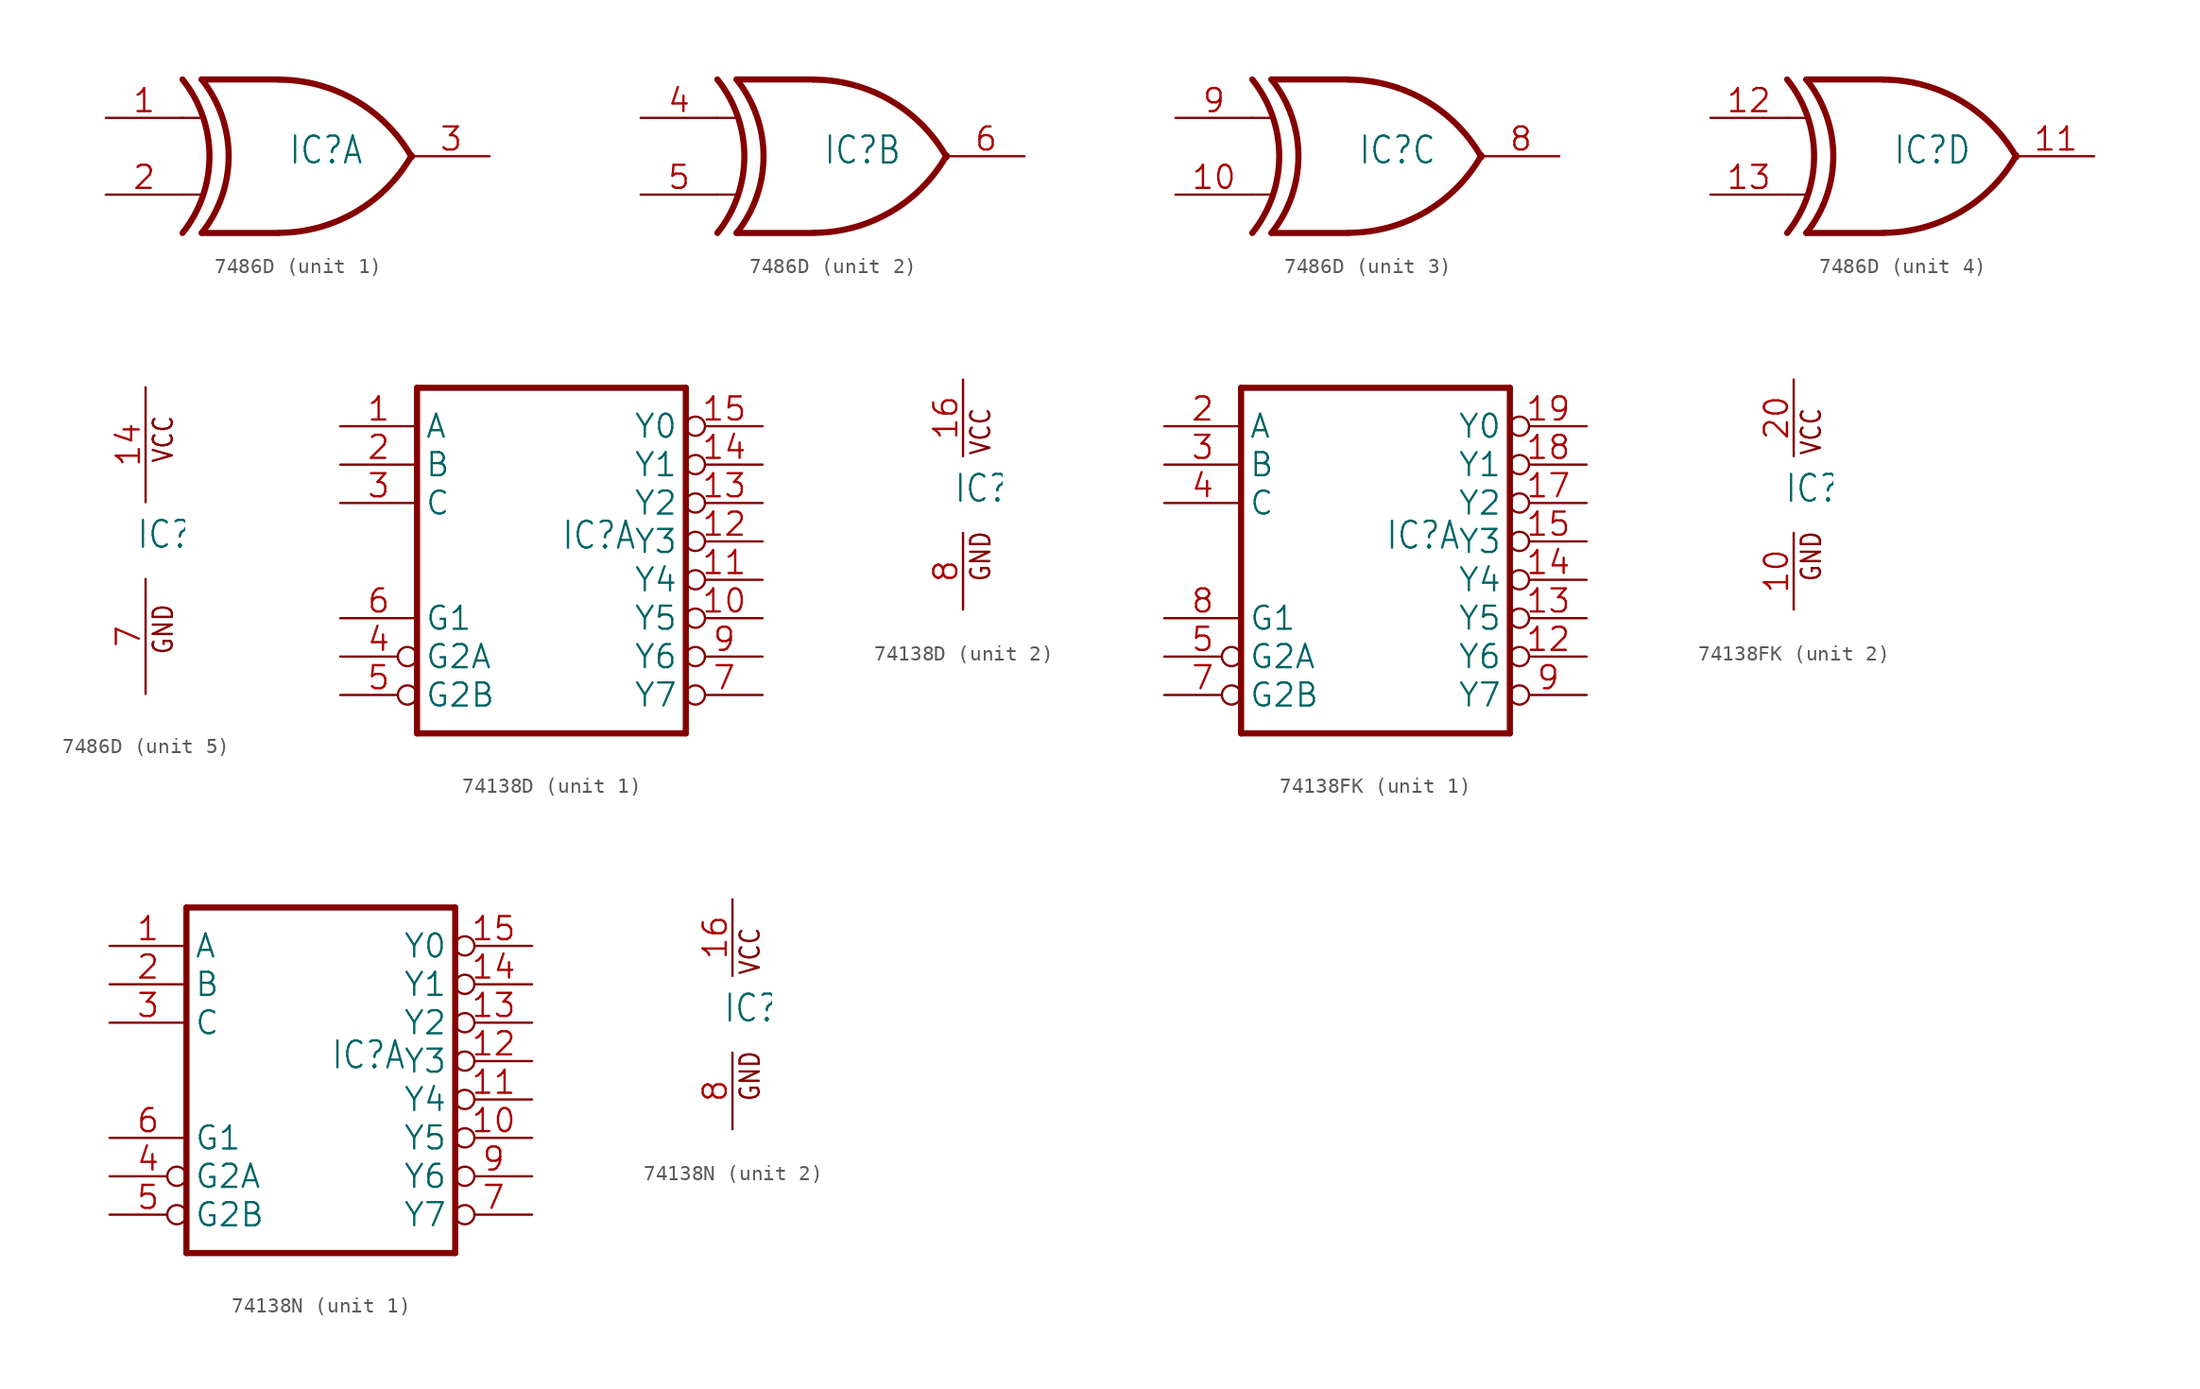
<source format=kicad_sym>
(kicad_symbol_lib
  (version 20241209)
  (generator "kicad_symbol_editor")
  (generator_version "9.0")
  (symbol "7486D"
    (property "Reference" "IC"
      (at -0.635 -0.635 0)
      (effects (font (size 1.778 1.511)) (justify left bottom)))
    (property "ki_locked" ""
      (at 0 0 0)
      (effects (font (size 1.27 1.27))))
    (symbol "7486D_1_0"
      (arc (start -7.62 5.08) (mid -5.838 0.0001) (end -7.6199 -5.0799) (stroke (width 0.4064) (type solid)) (fill (type none)))
      (arc (start -6.35 5.08) (mid -4.568 0.0001) (end -6.3499 -5.0799) (stroke (width 0.4064) (type solid)) (fill (type none)))
      (polyline (pts (xy -7.62 2.54) (xy -6.35 2.54)) (stroke (width 0.152) (type solid)) (fill (type none)))
      (polyline (pts (xy -7.62 -2.54) (xy -6.35 -2.54)) (stroke (width 0.152) (type solid)) (fill (type none)))
      (polyline (pts (xy -1.27 5.08) (xy -6.35 5.08)) (stroke (width 0.406) (type solid)) (fill (type none)))
      (polyline (pts (xy -1.27 -5.08) (xy -6.35 -5.08)) (stroke (width 0.406) (type solid)) (fill (type none)))
      (arc (start 7.5439 0.0506) (mid 3.8372 -3.6891) (end -1.2446 -5.0678) (stroke (width 0.4064) (type solid)) (fill (type none)))
      (arc (start -1.2446 5.0678) (mid 3.8372 3.6892) (end 7.5441 -0.0504) (stroke (width 0.4064) (type solid)) (fill (type none)))
      (pin input line (at -12.7 2.54 0) (length 5.08) (name "I0" (effects (font (size 0 0)))) (number "1" (effects (font (size 1.524 1.524)))))
      (pin input line (at -12.7 -2.54 0) (length 5.08) (name "I1" (effects (font (size 0 0)))) (number "2" (effects (font (size 1.524 1.524)))))
      (pin output line (at 12.7 0 180) (length 5.08) (name "O" (effects (font (size 0 0)))) (number "3" (effects (font (size 1.524 1.524))))))
    (symbol "7486D_2_0"
      (arc (start -7.62 5.08) (mid -5.838 0.0001) (end -7.6199 -5.0799) (stroke (width 0.4064) (type solid)) (fill (type none)))
      (arc (start -6.35 5.08) (mid -4.568 0.0001) (end -6.3499 -5.0799) (stroke (width 0.4064) (type solid)) (fill (type none)))
      (polyline (pts (xy -7.62 2.54) (xy -6.35 2.54)) (stroke (width 0.152) (type solid)) (fill (type none)))
      (polyline (pts (xy -7.62 -2.54) (xy -6.35 -2.54)) (stroke (width 0.152) (type solid)) (fill (type none)))
      (polyline (pts (xy -1.27 5.08) (xy -6.35 5.08)) (stroke (width 0.406) (type solid)) (fill (type none)))
      (polyline (pts (xy -1.27 -5.08) (xy -6.35 -5.08)) (stroke (width 0.406) (type solid)) (fill (type none)))
      (arc (start 7.5439 0.0506) (mid 3.8372 -3.6891) (end -1.2446 -5.0678) (stroke (width 0.4064) (type solid)) (fill (type none)))
      (arc (start -1.2446 5.0678) (mid 3.8372 3.6892) (end 7.5441 -0.0504) (stroke (width 0.4064) (type solid)) (fill (type none)))
      (pin input line (at -12.7 2.54 0) (length 5.08) (name "I0" (effects (font (size 0 0)))) (number "4" (effects (font (size 1.524 1.524)))))
      (pin input line (at -12.7 -2.54 0) (length 5.08) (name "I1" (effects (font (size 0 0)))) (number "5" (effects (font (size 1.524 1.524)))))
      (pin output line (at 12.7 0 180) (length 5.08) (name "O" (effects (font (size 0 0)))) (number "6" (effects (font (size 1.524 1.524))))))
    (symbol "7486D_3_0"
      (arc (start -7.62 5.08) (mid -5.838 0.0001) (end -7.6199 -5.0799) (stroke (width 0.4064) (type solid)) (fill (type none)))
      (arc (start -6.35 5.08) (mid -4.568 0.0001) (end -6.3499 -5.0799) (stroke (width 0.4064) (type solid)) (fill (type none)))
      (polyline (pts (xy -7.62 2.54) (xy -6.35 2.54)) (stroke (width 0.152) (type solid)) (fill (type none)))
      (polyline (pts (xy -7.62 -2.54) (xy -6.35 -2.54)) (stroke (width 0.152) (type solid)) (fill (type none)))
      (polyline (pts (xy -1.27 5.08) (xy -6.35 5.08)) (stroke (width 0.406) (type solid)) (fill (type none)))
      (polyline (pts (xy -1.27 -5.08) (xy -6.35 -5.08)) (stroke (width 0.406) (type solid)) (fill (type none)))
      (arc (start 7.5439 0.0506) (mid 3.8372 -3.6891) (end -1.2446 -5.0678) (stroke (width 0.4064) (type solid)) (fill (type none)))
      (arc (start -1.2446 5.0678) (mid 3.8372 3.6892) (end 7.5441 -0.0504) (stroke (width 0.4064) (type solid)) (fill (type none)))
      (pin input line (at -12.7 2.54 0) (length 5.08) (name "I0" (effects (font (size 0 0)))) (number "9" (effects (font (size 1.524 1.524)))))
      (pin input line (at -12.7 -2.54 0) (length 5.08) (name "I1" (effects (font (size 0 0)))) (number "10" (effects (font (size 1.524 1.524)))))
      (pin output line (at 12.7 0 180) (length 5.08) (name "O" (effects (font (size 0 0)))) (number "8" (effects (font (size 1.524 1.524))))))
    (symbol "7486D_4_0"
      (arc (start -7.62 5.08) (mid -5.838 0.0001) (end -7.6199 -5.0799) (stroke (width 0.4064) (type solid)) (fill (type none)))
      (arc (start -6.35 5.08) (mid -4.568 0.0001) (end -6.3499 -5.0799) (stroke (width 0.4064) (type solid)) (fill (type none)))
      (polyline (pts (xy -7.62 2.54) (xy -6.35 2.54)) (stroke (width 0.152) (type solid)) (fill (type none)))
      (polyline (pts (xy -7.62 -2.54) (xy -6.35 -2.54)) (stroke (width 0.152) (type solid)) (fill (type none)))
      (polyline (pts (xy -1.27 5.08) (xy -6.35 5.08)) (stroke (width 0.406) (type solid)) (fill (type none)))
      (polyline (pts (xy -1.27 -5.08) (xy -6.35 -5.08)) (stroke (width 0.406) (type solid)) (fill (type none)))
      (arc (start 7.5439 0.0506) (mid 3.8372 -3.6891) (end -1.2446 -5.0678) (stroke (width 0.4064) (type solid)) (fill (type none)))
      (arc (start -1.2446 5.0678) (mid 3.8372 3.6892) (end 7.5441 -0.0504) (stroke (width 0.4064) (type solid)) (fill (type none)))
      (pin input line (at -12.7 2.54 0) (length 5.08) (name "I0" (effects (font (size 0 0)))) (number "12" (effects (font (size 1.524 1.524)))))
      (pin input line (at -12.7 -2.54 0) (length 5.08) (name "I1" (effects (font (size 0 0)))) (number "13" (effects (font (size 1.524 1.524)))))
      (pin output line (at 12.7 0 180) (length 5.08) (name "O" (effects (font (size 0 0)))) (number "11" (effects (font (size 1.524 1.524))))))
    (symbol "7486D_5_0"
      (text "VCC" (at 1.905 5.08 900) (effects (font (size 1.27 1.079)) (justify left bottom)))
      (text "GND" (at 1.905 -7.62 900) (effects (font (size 1.27 1.079)) (justify left bottom)))
      (pin power_in line (at 0 10.16 270) (length 7.62) (name "VCC" (effects (font (size 0 0)))) (number "14" (effects (font (size 1.524 1.524)))))
      (pin power_in line (at 0 -10.16 90) (length 7.62) (name "GND" (effects (font (size 0 0)))) (number "7" (effects (font (size 1.524 1.524)))))))
  (symbol "74138D"
    (property "Reference" "IC"
      (at -0.635 -0.635 0)
      (effects (font (size 1.778 1.511)) (justify left bottom)))
    (property "ki_locked" ""
      (at 0 0 0)
      (effects (font (size 1.27 1.27))))
    (symbol "74138D_1_0"
      (polyline (pts (xy -10.16 10.16) (xy -10.16 -12.7)) (stroke (width 0.406) (type solid)) (fill (type none)))
      (polyline (pts (xy -10.16 -12.7) (xy 7.62 -12.7)) (stroke (width 0.406) (type solid)) (fill (type none)))
      (polyline (pts (xy 7.62 10.16) (xy -10.16 10.16)) (stroke (width 0.406) (type solid)) (fill (type none)))
      (polyline (pts (xy 7.62 -12.7) (xy 7.62 10.16)) (stroke (width 0.406) (type solid)) (fill (type none)))
      (pin input line (at -15.24 7.62 0) (length 5.08) (name "A" (effects (font (size 1.524 1.524)))) (number "1" (effects (font (size 1.524 1.524)))))
      (pin input line (at -15.24 5.08 0) (length 5.08) (name "B" (effects (font (size 1.524 1.524)))) (number "2" (effects (font (size 1.524 1.524)))))
      (pin input line (at -15.24 2.54 0) (length 5.08) (name "C" (effects (font (size 1.524 1.524)))) (number "3" (effects (font (size 1.524 1.524)))))
      (pin input line (at -15.24 -5.08 0) (length 5.08) (name "G1" (effects (font (size 1.524 1.524)))) (number "6" (effects (font (size 1.524 1.524)))))
      (pin input inverted (at -15.24 -7.62 0) (length 5.08) (name "G2A" (effects (font (size 1.524 1.524)))) (number "4" (effects (font (size 1.524 1.524)))))
      (pin input inverted (at -15.24 -10.16 0) (length 5.08) (name "G2B" (effects (font (size 1.524 1.524)))) (number "5" (effects (font (size 1.524 1.524)))))
      (pin output inverted (at 12.7 7.62 180) (length 5.08) (name "Y0" (effects (font (size 1.524 1.524)))) (number "15" (effects (font (size 1.524 1.524)))))
      (pin output inverted (at 12.7 5.08 180) (length 5.08) (name "Y1" (effects (font (size 1.524 1.524)))) (number "14" (effects (font (size 1.524 1.524)))))
      (pin output inverted (at 12.7 2.54 180) (length 5.08) (name "Y2" (effects (font (size 1.524 1.524)))) (number "13" (effects (font (size 1.524 1.524)))))
      (pin output inverted (at 12.7 0 180) (length 5.08) (name "Y3" (effects (font (size 1.524 1.524)))) (number "12" (effects (font (size 1.524 1.524)))))
      (pin output inverted (at 12.7 -2.54 180) (length 5.08) (name "Y4" (effects (font (size 1.524 1.524)))) (number "11" (effects (font (size 1.524 1.524)))))
      (pin output inverted (at 12.7 -5.08 180) (length 5.08) (name "Y5" (effects (font (size 1.524 1.524)))) (number "10" (effects (font (size 1.524 1.524)))))
      (pin output inverted (at 12.7 -7.62 180) (length 5.08) (name "Y6" (effects (font (size 1.524 1.524)))) (number "9" (effects (font (size 1.524 1.524)))))
      (pin output inverted (at 12.7 -10.16 180) (length 5.08) (name "Y7" (effects (font (size 1.524 1.524)))) (number "7" (effects (font (size 1.524 1.524))))))
    (symbol "74138D_2_0"
      (text "VCC" (at 1.905 2.54 900) (effects (font (size 1.27 1.079)) (justify left bottom)))
      (text "GND" (at 1.905 -5.842 900) (effects (font (size 1.27 1.079)) (justify left bottom)))
      (pin power_in line (at 0 7.62 270) (length 5.08) (name "VCC" (effects (font (size 0 0)))) (number "16" (effects (font (size 1.524 1.524)))))
      (pin power_in line (at 0 -7.62 90) (length 5.08) (name "GND" (effects (font (size 0 0)))) (number "8" (effects (font (size 1.524 1.524)))))))
  (symbol "74138FK"
    (property "Reference" "IC"
      (at -0.635 -0.635 0)
      (effects (font (size 1.778 1.511)) (justify left bottom)))
    (property "ki_locked" ""
      (at 0 0 0)
      (effects (font (size 1.27 1.27))))
    (symbol "74138FK_1_0"
      (polyline (pts (xy -10.16 10.16) (xy -10.16 -12.7)) (stroke (width 0.406) (type solid)) (fill (type none)))
      (polyline (pts (xy -10.16 -12.7) (xy 7.62 -12.7)) (stroke (width 0.406) (type solid)) (fill (type none)))
      (polyline (pts (xy 7.62 10.16) (xy -10.16 10.16)) (stroke (width 0.406) (type solid)) (fill (type none)))
      (polyline (pts (xy 7.62 -12.7) (xy 7.62 10.16)) (stroke (width 0.406) (type solid)) (fill (type none)))
      (pin input line (at -15.24 7.62 0) (length 5.08) (name "A" (effects (font (size 1.524 1.524)))) (number "2" (effects (font (size 1.524 1.524)))))
      (pin input line (at -15.24 5.08 0) (length 5.08) (name "B" (effects (font (size 1.524 1.524)))) (number "3" (effects (font (size 1.524 1.524)))))
      (pin input line (at -15.24 2.54 0) (length 5.08) (name "C" (effects (font (size 1.524 1.524)))) (number "4" (effects (font (size 1.524 1.524)))))
      (pin input line (at -15.24 -5.08 0) (length 5.08) (name "G1" (effects (font (size 1.524 1.524)))) (number "8" (effects (font (size 1.524 1.524)))))
      (pin input inverted (at -15.24 -7.62 0) (length 5.08) (name "G2A" (effects (font (size 1.524 1.524)))) (number "5" (effects (font (size 1.524 1.524)))))
      (pin input inverted (at -15.24 -10.16 0) (length 5.08) (name "G2B" (effects (font (size 1.524 1.524)))) (number "7" (effects (font (size 1.524 1.524)))))
      (pin output inverted (at 12.7 7.62 180) (length 5.08) (name "Y0" (effects (font (size 1.524 1.524)))) (number "19" (effects (font (size 1.524 1.524)))))
      (pin output inverted (at 12.7 5.08 180) (length 5.08) (name "Y1" (effects (font (size 1.524 1.524)))) (number "18" (effects (font (size 1.524 1.524)))))
      (pin output inverted (at 12.7 2.54 180) (length 5.08) (name "Y2" (effects (font (size 1.524 1.524)))) (number "17" (effects (font (size 1.524 1.524)))))
      (pin output inverted (at 12.7 0 180) (length 5.08) (name "Y3" (effects (font (size 1.524 1.524)))) (number "15" (effects (font (size 1.524 1.524)))))
      (pin output inverted (at 12.7 -2.54 180) (length 5.08) (name "Y4" (effects (font (size 1.524 1.524)))) (number "14" (effects (font (size 1.524 1.524)))))
      (pin output inverted (at 12.7 -5.08 180) (length 5.08) (name "Y5" (effects (font (size 1.524 1.524)))) (number "13" (effects (font (size 1.524 1.524)))))
      (pin output inverted (at 12.7 -7.62 180) (length 5.08) (name "Y6" (effects (font (size 1.524 1.524)))) (number "12" (effects (font (size 1.524 1.524)))))
      (pin output inverted (at 12.7 -10.16 180) (length 5.08) (name "Y7" (effects (font (size 1.524 1.524)))) (number "9" (effects (font (size 1.524 1.524))))))
    (symbol "74138FK_2_0"
      (text "VCC" (at 1.905 2.54 900) (effects (font (size 1.27 1.079)) (justify left bottom)))
      (text "GND" (at 1.905 -5.842 900) (effects (font (size 1.27 1.079)) (justify left bottom)))
      (pin power_in line (at 0 7.62 270) (length 5.08) (name "VCC" (effects (font (size 0 0)))) (number "20" (effects (font (size 1.524 1.524)))))
      (pin power_in line (at 0 -7.62 90) (length 5.08) (name "GND" (effects (font (size 0 0)))) (number "10" (effects (font (size 1.524 1.524)))))))
  (symbol "74138N"
    (property "Reference" "IC"
      (at -0.635 -0.635 0)
      (effects (font (size 1.778 1.511)) (justify left bottom)))
    (property "ki_locked" ""
      (at 0 0 0)
      (effects (font (size 1.27 1.27))))
    (symbol "74138N_1_0"
      (polyline (pts (xy -10.16 10.16) (xy -10.16 -12.7)) (stroke (width 0.406) (type solid)) (fill (type none)))
      (polyline (pts (xy -10.16 -12.7) (xy 7.62 -12.7)) (stroke (width 0.406) (type solid)) (fill (type none)))
      (polyline (pts (xy 7.62 10.16) (xy -10.16 10.16)) (stroke (width 0.406) (type solid)) (fill (type none)))
      (polyline (pts (xy 7.62 -12.7) (xy 7.62 10.16)) (stroke (width 0.406) (type solid)) (fill (type none)))
      (pin input line (at -15.24 7.62 0) (length 5.08) (name "A" (effects (font (size 1.524 1.524)))) (number "1" (effects (font (size 1.524 1.524)))))
      (pin input line (at -15.24 5.08 0) (length 5.08) (name "B" (effects (font (size 1.524 1.524)))) (number "2" (effects (font (size 1.524 1.524)))))
      (pin input line (at -15.24 2.54 0) (length 5.08) (name "C" (effects (font (size 1.524 1.524)))) (number "3" (effects (font (size 1.524 1.524)))))
      (pin input line (at -15.24 -5.08 0) (length 5.08) (name "G1" (effects (font (size 1.524 1.524)))) (number "6" (effects (font (size 1.524 1.524)))))
      (pin input inverted (at -15.24 -7.62 0) (length 5.08) (name "G2A" (effects (font (size 1.524 1.524)))) (number "4" (effects (font (size 1.524 1.524)))))
      (pin input inverted (at -15.24 -10.16 0) (length 5.08) (name "G2B" (effects (font (size 1.524 1.524)))) (number "5" (effects (font (size 1.524 1.524)))))
      (pin output inverted (at 12.7 7.62 180) (length 5.08) (name "Y0" (effects (font (size 1.524 1.524)))) (number "15" (effects (font (size 1.524 1.524)))))
      (pin output inverted (at 12.7 5.08 180) (length 5.08) (name "Y1" (effects (font (size 1.524 1.524)))) (number "14" (effects (font (size 1.524 1.524)))))
      (pin output inverted (at 12.7 2.54 180) (length 5.08) (name "Y2" (effects (font (size 1.524 1.524)))) (number "13" (effects (font (size 1.524 1.524)))))
      (pin output inverted (at 12.7 0 180) (length 5.08) (name "Y3" (effects (font (size 1.524 1.524)))) (number "12" (effects (font (size 1.524 1.524)))))
      (pin output inverted (at 12.7 -2.54 180) (length 5.08) (name "Y4" (effects (font (size 1.524 1.524)))) (number "11" (effects (font (size 1.524 1.524)))))
      (pin output inverted (at 12.7 -5.08 180) (length 5.08) (name "Y5" (effects (font (size 1.524 1.524)))) (number "10" (effects (font (size 1.524 1.524)))))
      (pin output inverted (at 12.7 -7.62 180) (length 5.08) (name "Y6" (effects (font (size 1.524 1.524)))) (number "9" (effects (font (size 1.524 1.524)))))
      (pin output inverted (at 12.7 -10.16 180) (length 5.08) (name "Y7" (effects (font (size 1.524 1.524)))) (number "7" (effects (font (size 1.524 1.524))))))
    (symbol "74138N_2_0"
      (text "VCC" (at 1.905 2.54 900) (effects (font (size 1.27 1.079)) (justify left bottom)))
      (text "GND" (at 1.905 -5.842 900) (effects (font (size 1.27 1.079)) (justify left bottom)))
      (pin power_in line (at 0 7.62 270) (length 5.08) (name "VCC" (effects (font (size 0 0)))) (number "16" (effects (font (size 1.524 1.524)))))
      (pin power_in line (at 0 -7.62 90) (length 5.08) (name "GND" (effects (font (size 0 0)))) (number "8" (effects (font (size 1.524 1.524))))))))
</source>
